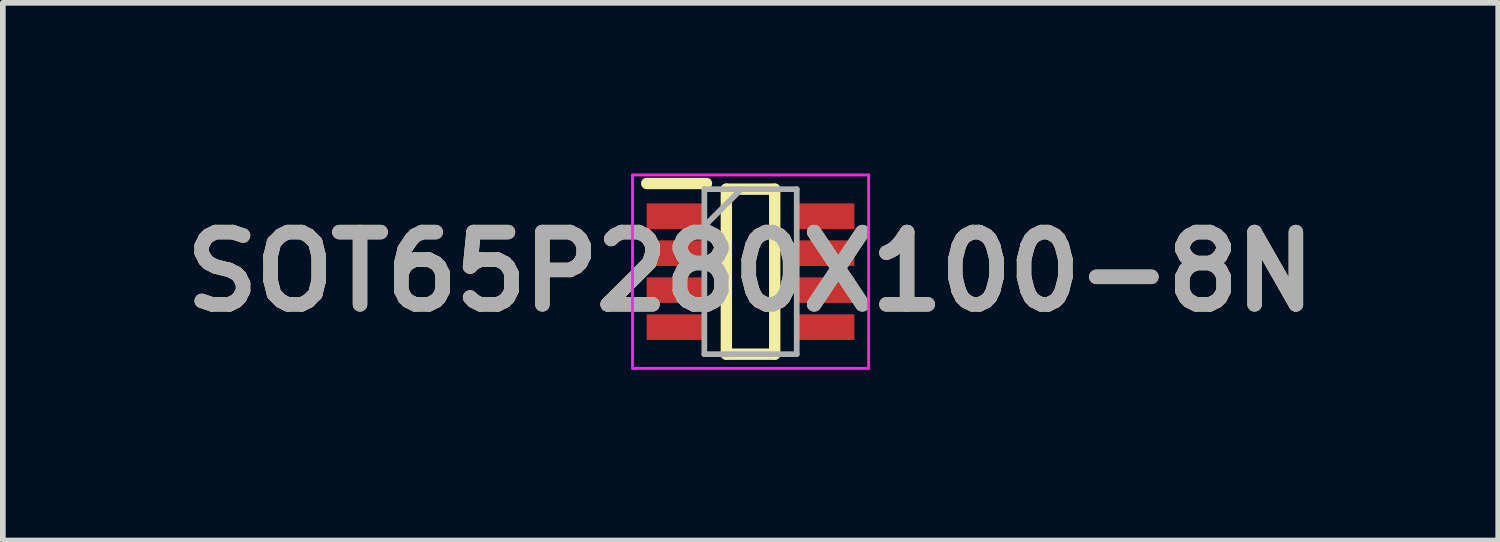
<source format=kicad_pcb>
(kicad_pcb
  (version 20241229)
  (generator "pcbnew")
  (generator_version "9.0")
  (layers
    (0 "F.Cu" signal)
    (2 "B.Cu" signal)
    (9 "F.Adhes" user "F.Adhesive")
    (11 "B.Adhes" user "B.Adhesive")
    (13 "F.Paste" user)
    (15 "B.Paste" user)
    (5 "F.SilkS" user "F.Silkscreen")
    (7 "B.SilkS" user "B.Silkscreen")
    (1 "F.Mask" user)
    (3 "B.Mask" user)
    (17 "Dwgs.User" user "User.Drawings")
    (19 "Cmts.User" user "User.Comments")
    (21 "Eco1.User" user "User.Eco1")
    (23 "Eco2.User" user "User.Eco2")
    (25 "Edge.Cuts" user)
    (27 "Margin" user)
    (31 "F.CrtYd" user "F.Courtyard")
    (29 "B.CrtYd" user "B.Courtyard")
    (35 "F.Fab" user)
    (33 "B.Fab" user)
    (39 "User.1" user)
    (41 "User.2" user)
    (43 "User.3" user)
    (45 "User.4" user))
  (footprint "SOT65P280X100-8N"
    (layer "F.Cu")
    (at 10.142 1.725)
    (property "Reference" "SOT65P280X100-8N" (at 0 0 0) (layer "F.SilkS") (effects (font (size 1.27 1.27) (thickness 0.254))))
    (attr smd)
    (fp_line (start -1.825 -1.55) (end -0.775 -1.55) (stroke (width 0.2) (type solid)) (layer "F.SilkS"))
    (fp_line (start -0.425 -1.45) (end 0.425 -1.45) (stroke (width 0.2) (type solid)) (layer "F.SilkS"))
    (fp_line (start -0.425 1.45) (end -0.425 -1.45) (stroke (width 0.2) (type solid)) (layer "F.SilkS"))
    (fp_line (start 0.425 -1.45) (end 0.425 1.45) (stroke (width 0.2) (type solid)) (layer "F.SilkS"))
    (fp_line (start 0.425 1.45) (end -0.425 1.45) (stroke (width 0.2) (type solid)) (layer "F.SilkS"))
    (fp_line (start -2.075 -1.7) (end 2.075 -1.7) (stroke (width 0.05) (type solid)) (layer "F.CrtYd"))
    (fp_line (start -2.075 1.7) (end -2.075 -1.7) (stroke (width 0.05) (type solid)) (layer "F.CrtYd"))
    (fp_line (start 2.075 -1.7) (end 2.075 1.7) (stroke (width 0.05) (type solid)) (layer "F.CrtYd"))
    (fp_line (start 2.075 1.7) (end -2.075 1.7) (stroke (width 0.05) (type solid)) (layer "F.CrtYd"))
    (fp_line (start -0.812 -1.45) (end 0.812 -1.45) (stroke (width 0.1) (type solid)) (layer "F.Fab"))
    (fp_line (start -0.812 -0.8) (end -0.162 -1.45) (stroke (width 0.1) (type solid)) (layer "F.Fab"))
    (fp_line (start -0.812 1.45) (end -0.812 -1.45) (stroke (width 0.1) (type solid)) (layer "F.Fab"))
    (fp_line (start 0.812 -1.45) (end 0.812 1.45) (stroke (width 0.1) (type solid)) (layer "F.Fab"))
    (fp_line (start 0.812 1.45) (end -0.812 1.45) (stroke (width 0.1) (type solid)) (layer "F.Fab"))
    (fp_text user "${REFERENCE}" (at 0 0 0) (layer "F.Fab") (effects (font (size 1.27 1.27) (thickness 0.254))))
    (pad "1" smd rect (at -1.3 -0.975 90) (size 0.45 1.05) (layers "F.Cu" "F.Mask" "F.Paste"))
    (pad "2" smd rect (at -1.3 -0.325 90) (size 0.45 1.05) (layers "F.Cu" "F.Mask" "F.Paste"))
    (pad "3" smd rect (at -1.3 0.325 90) (size 0.45 1.05) (layers "F.Cu" "F.Mask" "F.Paste"))
    (pad "4" smd rect (at -1.3 0.975 90) (size 0.45 1.05) (layers "F.Cu" "F.Mask" "F.Paste"))
    (pad "5" smd rect (at 1.3 0.975 90) (size 0.45 1.05) (layers "F.Cu" "F.Mask" "F.Paste"))
    (pad "6" smd rect (at 1.3 0.325 90) (size 0.45 1.05) (layers "F.Cu" "F.Mask" "F.Paste"))
    (pad "7" smd rect (at 1.3 -0.325 90) (size 0.45 1.05) (layers "F.Cu" "F.Mask" "F.Paste"))
    (pad "8" smd rect (at 1.3 -0.975 90) (size 0.45 1.05) (layers "F.Cu" "F.Mask" "F.Paste")))
  (gr_rect
    (start -3 -3)
    (end 23.284 6.45)
    (stroke (width 0.1) (type default))
    (fill no)
    (layer "Edge.Cuts")))
</source>
